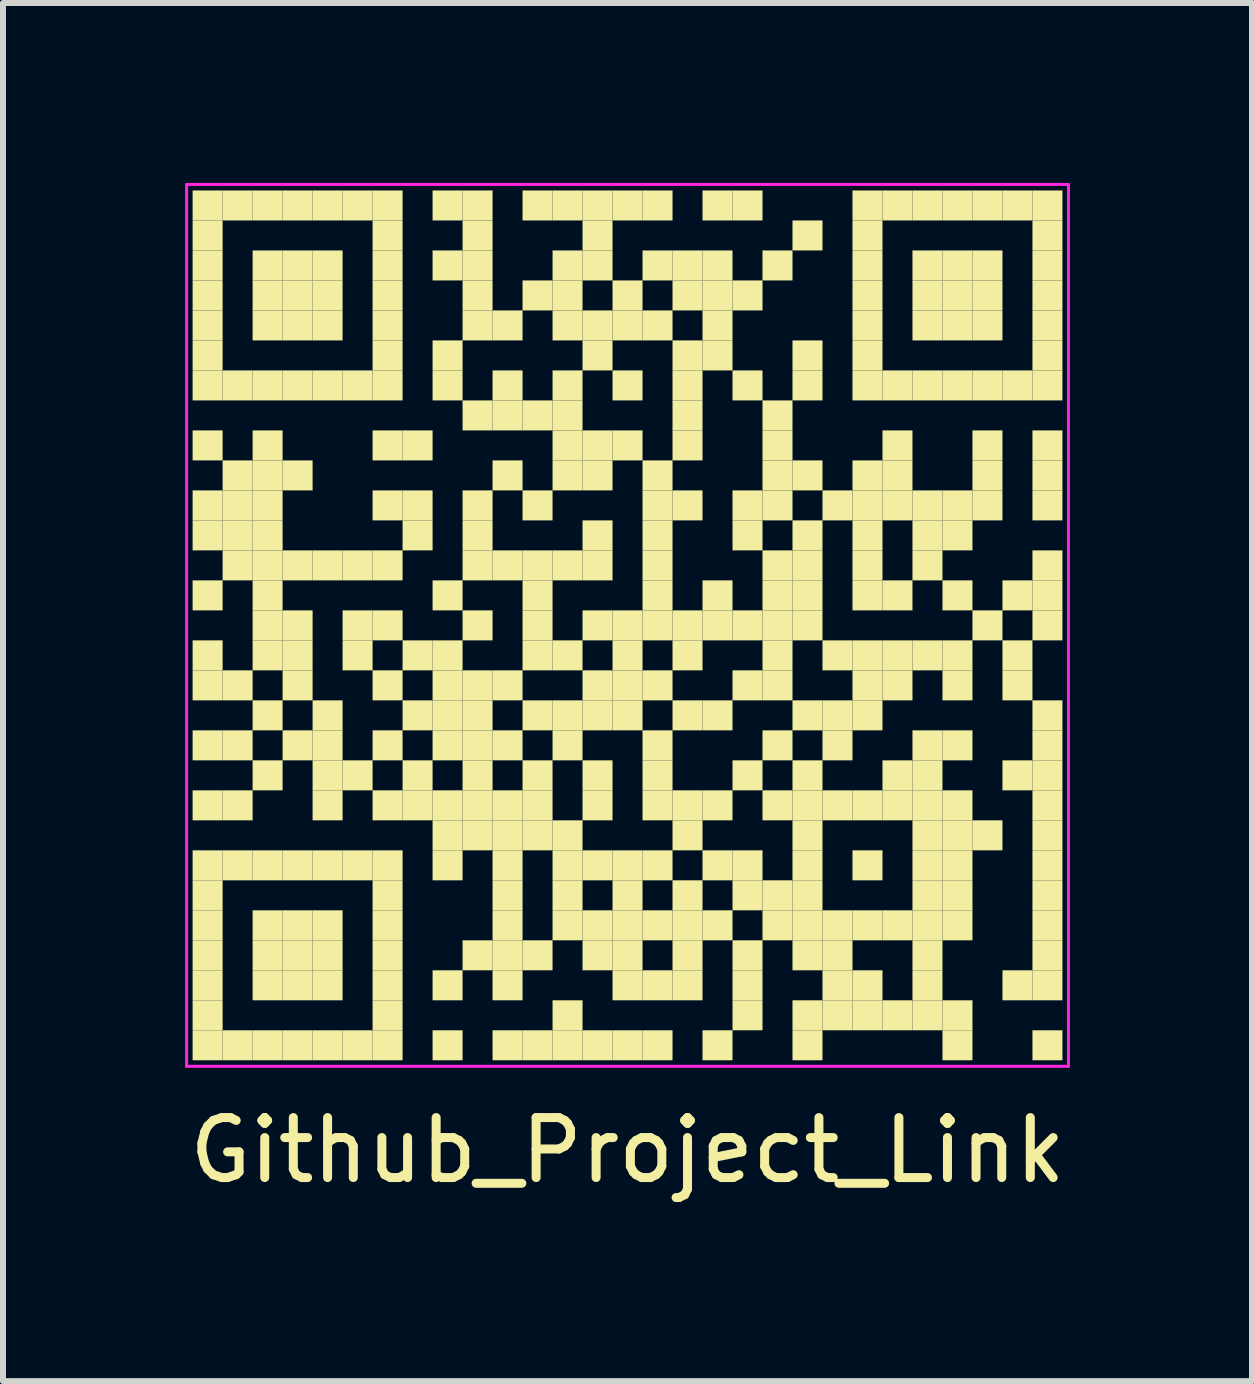
<source format=kicad_pcb>
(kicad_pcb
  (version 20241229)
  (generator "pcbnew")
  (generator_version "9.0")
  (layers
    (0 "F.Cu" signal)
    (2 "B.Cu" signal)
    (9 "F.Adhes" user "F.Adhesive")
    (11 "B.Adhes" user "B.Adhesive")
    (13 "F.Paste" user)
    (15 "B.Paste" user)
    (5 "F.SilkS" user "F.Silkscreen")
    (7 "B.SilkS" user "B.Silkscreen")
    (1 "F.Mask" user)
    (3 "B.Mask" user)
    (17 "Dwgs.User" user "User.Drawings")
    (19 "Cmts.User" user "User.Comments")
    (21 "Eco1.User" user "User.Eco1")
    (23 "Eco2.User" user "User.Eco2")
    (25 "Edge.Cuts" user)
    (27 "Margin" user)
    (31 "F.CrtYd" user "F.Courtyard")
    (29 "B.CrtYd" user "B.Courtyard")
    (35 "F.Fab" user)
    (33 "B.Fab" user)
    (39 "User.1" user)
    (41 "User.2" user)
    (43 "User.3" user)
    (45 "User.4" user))
  (footprint "Github_Project_Link"
    (layer "F.Cu")
    (at 7.411 7.375)
    (property "Reference" "Github_Project_Link" (at 0 8.75 0) (layer "F.SilkS") (effects (font (size 1 1) (thickness 0.15))))
    (fp_rect (start -7.25 -7.25) (end -6.75 -6.75) (stroke (width 0) (type default)) (fill yes) (layer "F.SilkS"))
    (fp_rect (start -7.25 -6.75) (end -6.75 -6.25) (stroke (width 0) (type default)) (fill yes) (layer "F.SilkS"))
    (fp_rect (start -7.25 -6.25) (end -6.75 -5.75) (stroke (width 0) (type default)) (fill yes) (layer "F.SilkS"))
    (fp_rect (start -7.25 -5.75) (end -6.75 -5.25) (stroke (width 0) (type default)) (fill yes) (layer "F.SilkS"))
    (fp_rect (start -7.25 -5.25) (end -6.75 -4.75) (stroke (width 0) (type default)) (fill yes) (layer "F.SilkS"))
    (fp_rect (start -7.25 -4.75) (end -6.75 -4.25) (stroke (width 0) (type default)) (fill yes) (layer "F.SilkS"))
    (fp_rect (start -7.25 -4.25) (end -6.75 -3.75) (stroke (width 0) (type default)) (fill yes) (layer "F.SilkS"))
    (fp_rect (start -7.25 -3.25) (end -6.75 -2.75) (stroke (width 0) (type default)) (fill yes) (layer "F.SilkS"))
    (fp_rect (start -7.25 -2.25) (end -6.75 -1.75) (stroke (width 0) (type default)) (fill yes) (layer "F.SilkS"))
    (fp_rect (start -7.25 -1.75) (end -6.75 -1.25) (stroke (width 0) (type default)) (fill yes) (layer "F.SilkS"))
    (fp_rect (start -7.25 -0.75) (end -6.75 -0.25) (stroke (width 0) (type default)) (fill yes) (layer "F.SilkS"))
    (fp_rect (start -7.25 0.25) (end -6.75 0.75) (stroke (width 0) (type default)) (fill yes) (layer "F.SilkS"))
    (fp_rect (start -7.25 0.75) (end -6.75 1.25) (stroke (width 0) (type default)) (fill yes) (layer "F.SilkS"))
    (fp_rect (start -7.25 1.75) (end -6.75 2.25) (stroke (width 0) (type default)) (fill yes) (layer "F.SilkS"))
    (fp_rect (start -7.25 2.75) (end -6.75 3.25) (stroke (width 0) (type default)) (fill yes) (layer "F.SilkS"))
    (fp_rect (start -7.25 3.75) (end -6.75 4.25) (stroke (width 0) (type default)) (fill yes) (layer "F.SilkS"))
    (fp_rect (start -7.25 4.25) (end -6.75 4.75) (stroke (width 0) (type default)) (fill yes) (layer "F.SilkS"))
    (fp_rect (start -7.25 4.75) (end -6.75 5.25) (stroke (width 0) (type default)) (fill yes) (layer "F.SilkS"))
    (fp_rect (start -7.25 5.25) (end -6.75 5.75) (stroke (width 0) (type default)) (fill yes) (layer "F.SilkS"))
    (fp_rect (start -7.25 5.75) (end -6.75 6.25) (stroke (width 0) (type default)) (fill yes) (layer "F.SilkS"))
    (fp_rect (start -7.25 6.25) (end -6.75 6.75) (stroke (width 0) (type default)) (fill yes) (layer "F.SilkS"))
    (fp_rect (start -7.25 6.75) (end -6.75 7.25) (stroke (width 0) (type default)) (fill yes) (layer "F.SilkS"))
    (fp_rect (start -6.75 -7.25) (end -6.25 -6.75) (stroke (width 0) (type default)) (fill yes) (layer "F.SilkS"))
    (fp_rect (start -6.75 -4.25) (end -6.25 -3.75) (stroke (width 0) (type default)) (fill yes) (layer "F.SilkS"))
    (fp_rect (start -6.75 -2.75) (end -6.25 -2.25) (stroke (width 0) (type default)) (fill yes) (layer "F.SilkS"))
    (fp_rect (start -6.75 -2.25) (end -6.25 -1.75) (stroke (width 0) (type default)) (fill yes) (layer "F.SilkS"))
    (fp_rect (start -6.75 -1.75) (end -6.25 -1.25) (stroke (width 0) (type default)) (fill yes) (layer "F.SilkS"))
    (fp_rect (start -6.75 -1.25) (end -6.25 -0.75) (stroke (width 0) (type default)) (fill yes) (layer "F.SilkS"))
    (fp_rect (start -6.75 0.75) (end -6.25 1.25) (stroke (width 0) (type default)) (fill yes) (layer "F.SilkS"))
    (fp_rect (start -6.75 1.75) (end -6.25 2.25) (stroke (width 0) (type default)) (fill yes) (layer "F.SilkS"))
    (fp_rect (start -6.75 2.75) (end -6.25 3.25) (stroke (width 0) (type default)) (fill yes) (layer "F.SilkS"))
    (fp_rect (start -6.75 3.75) (end -6.25 4.25) (stroke (width 0) (type default)) (fill yes) (layer "F.SilkS"))
    (fp_rect (start -6.75 6.75) (end -6.25 7.25) (stroke (width 0) (type default)) (fill yes) (layer "F.SilkS"))
    (fp_rect (start -6.25 -7.25) (end -5.75 -6.75) (stroke (width 0) (type default)) (fill yes) (layer "F.SilkS"))
    (fp_rect (start -6.25 -6.25) (end -5.75 -5.75) (stroke (width 0) (type default)) (fill yes) (layer "F.SilkS"))
    (fp_rect (start -6.25 -5.75) (end -5.75 -5.25) (stroke (width 0) (type default)) (fill yes) (layer "F.SilkS"))
    (fp_rect (start -6.25 -5.25) (end -5.75 -4.75) (stroke (width 0) (type default)) (fill yes) (layer "F.SilkS"))
    (fp_rect (start -6.25 -4.25) (end -5.75 -3.75) (stroke (width 0) (type default)) (fill yes) (layer "F.SilkS"))
    (fp_rect (start -6.25 -3.25) (end -5.75 -2.75) (stroke (width 0) (type default)) (fill yes) (layer "F.SilkS"))
    (fp_rect (start -6.25 -2.75) (end -5.75 -2.25) (stroke (width 0) (type default)) (fill yes) (layer "F.SilkS"))
    (fp_rect (start -6.25 -2.25) (end -5.75 -1.75) (stroke (width 0) (type default)) (fill yes) (layer "F.SilkS"))
    (fp_rect (start -6.25 -1.75) (end -5.75 -1.25) (stroke (width 0) (type default)) (fill yes) (layer "F.SilkS"))
    (fp_rect (start -6.25 -1.25) (end -5.75 -0.75) (stroke (width 0) (type default)) (fill yes) (layer "F.SilkS"))
    (fp_rect (start -6.25 -0.75) (end -5.75 -0.25) (stroke (width 0) (type default)) (fill yes) (layer "F.SilkS"))
    (fp_rect (start -6.25 -0.25) (end -5.75 0.25) (stroke (width 0) (type default)) (fill yes) (layer "F.SilkS"))
    (fp_rect (start -6.25 0.25) (end -5.75 0.75) (stroke (width 0) (type default)) (fill yes) (layer "F.SilkS"))
    (fp_rect (start -6.25 1.25) (end -5.75 1.75) (stroke (width 0) (type default)) (fill yes) (layer "F.SilkS"))
    (fp_rect (start -6.25 2.25) (end -5.75 2.75) (stroke (width 0) (type default)) (fill yes) (layer "F.SilkS"))
    (fp_rect (start -6.25 3.75) (end -5.75 4.25) (stroke (width 0) (type default)) (fill yes) (layer "F.SilkS"))
    (fp_rect (start -6.25 4.75) (end -5.75 5.25) (stroke (width 0) (type default)) (fill yes) (layer "F.SilkS"))
    (fp_rect (start -6.25 5.25) (end -5.75 5.75) (stroke (width 0) (type default)) (fill yes) (layer "F.SilkS"))
    (fp_rect (start -6.25 5.75) (end -5.75 6.25) (stroke (width 0) (type default)) (fill yes) (layer "F.SilkS"))
    (fp_rect (start -6.25 6.75) (end -5.75 7.25) (stroke (width 0) (type default)) (fill yes) (layer "F.SilkS"))
    (fp_rect (start -5.75 -7.25) (end -5.25 -6.75) (stroke (width 0) (type default)) (fill yes) (layer "F.SilkS"))
    (fp_rect (start -5.75 -6.25) (end -5.25 -5.75) (stroke (width 0) (type default)) (fill yes) (layer "F.SilkS"))
    (fp_rect (start -5.75 -5.75) (end -5.25 -5.25) (stroke (width 0) (type default)) (fill yes) (layer "F.SilkS"))
    (fp_rect (start -5.75 -5.25) (end -5.25 -4.75) (stroke (width 0) (type default)) (fill yes) (layer "F.SilkS"))
    (fp_rect (start -5.75 -4.25) (end -5.25 -3.75) (stroke (width 0) (type default)) (fill yes) (layer "F.SilkS"))
    (fp_rect (start -5.75 -2.75) (end -5.25 -2.25) (stroke (width 0) (type default)) (fill yes) (layer "F.SilkS"))
    (fp_rect (start -5.75 -1.25) (end -5.25 -0.75) (stroke (width 0) (type default)) (fill yes) (layer "F.SilkS"))
    (fp_rect (start -5.75 -0.25) (end -5.25 0.25) (stroke (width 0) (type default)) (fill yes) (layer "F.SilkS"))
    (fp_rect (start -5.75 0.25) (end -5.25 0.75) (stroke (width 0) (type default)) (fill yes) (layer "F.SilkS"))
    (fp_rect (start -5.75 0.75) (end -5.25 1.25) (stroke (width 0) (type default)) (fill yes) (layer "F.SilkS"))
    (fp_rect (start -5.75 1.75) (end -5.25 2.25) (stroke (width 0) (type default)) (fill yes) (layer "F.SilkS"))
    (fp_rect (start -5.75 3.75) (end -5.25 4.25) (stroke (width 0) (type default)) (fill yes) (layer "F.SilkS"))
    (fp_rect (start -5.75 4.75) (end -5.25 5.25) (stroke (width 0) (type default)) (fill yes) (layer "F.SilkS"))
    (fp_rect (start -5.75 5.25) (end -5.25 5.75) (stroke (width 0) (type default)) (fill yes) (layer "F.SilkS"))
    (fp_rect (start -5.75 5.75) (end -5.25 6.25) (stroke (width 0) (type default)) (fill yes) (layer "F.SilkS"))
    (fp_rect (start -5.75 6.75) (end -5.25 7.25) (stroke (width 0) (type default)) (fill yes) (layer "F.SilkS"))
    (fp_rect (start -5.25 -7.25) (end -4.75 -6.75) (stroke (width 0) (type default)) (fill yes) (layer "F.SilkS"))
    (fp_rect (start -5.25 -6.25) (end -4.75 -5.75) (stroke (width 0) (type default)) (fill yes) (layer "F.SilkS"))
    (fp_rect (start -5.25 -5.75) (end -4.75 -5.25) (stroke (width 0) (type default)) (fill yes) (layer "F.SilkS"))
    (fp_rect (start -5.25 -5.25) (end -4.75 -4.75) (stroke (width 0) (type default)) (fill yes) (layer "F.SilkS"))
    (fp_rect (start -5.25 -4.25) (end -4.75 -3.75) (stroke (width 0) (type default)) (fill yes) (layer "F.SilkS"))
    (fp_rect (start -5.25 -1.25) (end -4.75 -0.75) (stroke (width 0) (type default)) (fill yes) (layer "F.SilkS"))
    (fp_rect (start -5.25 1.25) (end -4.75 1.75) (stroke (width 0) (type default)) (fill yes) (layer "F.SilkS"))
    (fp_rect (start -5.25 1.75) (end -4.75 2.25) (stroke (width 0) (type default)) (fill yes) (layer "F.SilkS"))
    (fp_rect (start -5.25 2.25) (end -4.75 2.75) (stroke (width 0) (type default)) (fill yes) (layer "F.SilkS"))
    (fp_rect (start -5.25 2.75) (end -4.75 3.25) (stroke (width 0) (type default)) (fill yes) (layer "F.SilkS"))
    (fp_rect (start -5.25 3.75) (end -4.75 4.25) (stroke (width 0) (type default)) (fill yes) (layer "F.SilkS"))
    (fp_rect (start -5.25 4.75) (end -4.75 5.25) (stroke (width 0) (type default)) (fill yes) (layer "F.SilkS"))
    (fp_rect (start -5.25 5.25) (end -4.75 5.75) (stroke (width 0) (type default)) (fill yes) (layer "F.SilkS"))
    (fp_rect (start -5.25 5.75) (end -4.75 6.25) (stroke (width 0) (type default)) (fill yes) (layer "F.SilkS"))
    (fp_rect (start -5.25 6.75) (end -4.75 7.25) (stroke (width 0) (type default)) (fill yes) (layer "F.SilkS"))
    (fp_rect (start -4.75 -7.25) (end -4.25 -6.75) (stroke (width 0) (type default)) (fill yes) (layer "F.SilkS"))
    (fp_rect (start -4.75 -4.25) (end -4.25 -3.75) (stroke (width 0) (type default)) (fill yes) (layer "F.SilkS"))
    (fp_rect (start -4.75 -1.25) (end -4.25 -0.75) (stroke (width 0) (type default)) (fill yes) (layer "F.SilkS"))
    (fp_rect (start -4.75 -0.25) (end -4.25 0.25) (stroke (width 0) (type default)) (fill yes) (layer "F.SilkS"))
    (fp_rect (start -4.75 0.25) (end -4.25 0.75) (stroke (width 0) (type default)) (fill yes) (layer "F.SilkS"))
    (fp_rect (start -4.75 2.25) (end -4.25 2.75) (stroke (width 0) (type default)) (fill yes) (layer "F.SilkS"))
    (fp_rect (start -4.75 3.75) (end -4.25 4.25) (stroke (width 0) (type default)) (fill yes) (layer "F.SilkS"))
    (fp_rect (start -4.75 6.75) (end -4.25 7.25) (stroke (width 0) (type default)) (fill yes) (layer "F.SilkS"))
    (fp_rect (start -4.25 -7.25) (end -3.75 -6.75) (stroke (width 0) (type default)) (fill yes) (layer "F.SilkS"))
    (fp_rect (start -4.25 -6.75) (end -3.75 -6.25) (stroke (width 0) (type default)) (fill yes) (layer "F.SilkS"))
    (fp_rect (start -4.25 -6.25) (end -3.75 -5.75) (stroke (width 0) (type default)) (fill yes) (layer "F.SilkS"))
    (fp_rect (start -4.25 -5.75) (end -3.75 -5.25) (stroke (width 0) (type default)) (fill yes) (layer "F.SilkS"))
    (fp_rect (start -4.25 -5.25) (end -3.75 -4.75) (stroke (width 0) (type default)) (fill yes) (layer "F.SilkS"))
    (fp_rect (start -4.25 -4.75) (end -3.75 -4.25) (stroke (width 0) (type default)) (fill yes) (layer "F.SilkS"))
    (fp_rect (start -4.25 -4.25) (end -3.75 -3.75) (stroke (width 0) (type default)) (fill yes) (layer "F.SilkS"))
    (fp_rect (start -4.25 -3.25) (end -3.75 -2.75) (stroke (width 0) (type default)) (fill yes) (layer "F.SilkS"))
    (fp_rect (start -4.25 -2.25) (end -3.75 -1.75) (stroke (width 0) (type default)) (fill yes) (layer "F.SilkS"))
    (fp_rect (start -4.25 -1.25) (end -3.75 -0.75) (stroke (width 0) (type default)) (fill yes) (layer "F.SilkS"))
    (fp_rect (start -4.25 -0.25) (end -3.75 0.25) (stroke (width 0) (type default)) (fill yes) (layer "F.SilkS"))
    (fp_rect (start -4.25 0.75) (end -3.75 1.25) (stroke (width 0) (type default)) (fill yes) (layer "F.SilkS"))
    (fp_rect (start -4.25 1.75) (end -3.75 2.25) (stroke (width 0) (type default)) (fill yes) (layer "F.SilkS"))
    (fp_rect (start -4.25 2.75) (end -3.75 3.25) (stroke (width 0) (type default)) (fill yes) (layer "F.SilkS"))
    (fp_rect (start -4.25 3.75) (end -3.75 4.25) (stroke (width 0) (type default)) (fill yes) (layer "F.SilkS"))
    (fp_rect (start -4.25 4.25) (end -3.75 4.75) (stroke (width 0) (type default)) (fill yes) (layer "F.SilkS"))
    (fp_rect (start -4.25 4.75) (end -3.75 5.25) (stroke (width 0) (type default)) (fill yes) (layer "F.SilkS"))
    (fp_rect (start -4.25 5.25) (end -3.75 5.75) (stroke (width 0) (type default)) (fill yes) (layer "F.SilkS"))
    (fp_rect (start -4.25 5.75) (end -3.75 6.25) (stroke (width 0) (type default)) (fill yes) (layer "F.SilkS"))
    (fp_rect (start -4.25 6.25) (end -3.75 6.75) (stroke (width 0) (type default)) (fill yes) (layer "F.SilkS"))
    (fp_rect (start -4.25 6.75) (end -3.75 7.25) (stroke (width 0) (type default)) (fill yes) (layer "F.SilkS"))
    (fp_rect (start -3.75 -3.25) (end -3.25 -2.75) (stroke (width 0) (type default)) (fill yes) (layer "F.SilkS"))
    (fp_rect (start -3.75 -2.25) (end -3.25 -1.75) (stroke (width 0) (type default)) (fill yes) (layer "F.SilkS"))
    (fp_rect (start -3.75 -1.75) (end -3.25 -1.25) (stroke (width 0) (type default)) (fill yes) (layer "F.SilkS"))
    (fp_rect (start -3.75 0.25) (end -3.25 0.75) (stroke (width 0) (type default)) (fill yes) (layer "F.SilkS"))
    (fp_rect (start -3.75 1.25) (end -3.25 1.75) (stroke (width 0) (type default)) (fill yes) (layer "F.SilkS"))
    (fp_rect (start -3.75 2.25) (end -3.25 2.75) (stroke (width 0) (type default)) (fill yes) (layer "F.SilkS"))
    (fp_rect (start -3.75 2.75) (end -3.25 3.25) (stroke (width 0) (type default)) (fill yes) (layer "F.SilkS"))
    (fp_rect (start -3.25 -7.25) (end -2.75 -6.75) (stroke (width 0) (type default)) (fill yes) (layer "F.SilkS"))
    (fp_rect (start -3.25 -6.25) (end -2.75 -5.75) (stroke (width 0) (type default)) (fill yes) (layer "F.SilkS"))
    (fp_rect (start -3.25 -4.75) (end -2.75 -4.25) (stroke (width 0) (type default)) (fill yes) (layer "F.SilkS"))
    (fp_rect (start -3.25 -4.25) (end -2.75 -3.75) (stroke (width 0) (type default)) (fill yes) (layer "F.SilkS"))
    (fp_rect (start -3.25 -0.75) (end -2.75 -0.25) (stroke (width 0) (type default)) (fill yes) (layer "F.SilkS"))
    (fp_rect (start -3.25 0.25) (end -2.75 0.75) (stroke (width 0) (type default)) (fill yes) (layer "F.SilkS"))
    (fp_rect (start -3.25 0.75) (end -2.75 1.25) (stroke (width 0) (type default)) (fill yes) (layer "F.SilkS"))
    (fp_rect (start -3.25 1.25) (end -2.75 1.75) (stroke (width 0) (type default)) (fill yes) (layer "F.SilkS"))
    (fp_rect (start -3.25 1.75) (end -2.75 2.25) (stroke (width 0) (type default)) (fill yes) (layer "F.SilkS"))
    (fp_rect (start -3.25 2.75) (end -2.75 3.25) (stroke (width 0) (type default)) (fill yes) (layer "F.SilkS"))
    (fp_rect (start -3.25 3.25) (end -2.75 3.75) (stroke (width 0) (type default)) (fill yes) (layer "F.SilkS"))
    (fp_rect (start -3.25 3.75) (end -2.75 4.25) (stroke (width 0) (type default)) (fill yes) (layer "F.SilkS"))
    (fp_rect (start -3.25 5.75) (end -2.75 6.25) (stroke (width 0) (type default)) (fill yes) (layer "F.SilkS"))
    (fp_rect (start -3.25 6.75) (end -2.75 7.25) (stroke (width 0) (type default)) (fill yes) (layer "F.SilkS"))
    (fp_rect (start -2.75 -7.25) (end -2.25 -6.75) (stroke (width 0) (type default)) (fill yes) (layer "F.SilkS"))
    (fp_rect (start -2.75 -6.75) (end -2.25 -6.25) (stroke (width 0) (type default)) (fill yes) (layer "F.SilkS"))
    (fp_rect (start -2.75 -6.25) (end -2.25 -5.75) (stroke (width 0) (type default)) (fill yes) (layer "F.SilkS"))
    (fp_rect (start -2.75 -5.75) (end -2.25 -5.25) (stroke (width 0) (type default)) (fill yes) (layer "F.SilkS"))
    (fp_rect (start -2.75 -5.25) (end -2.25 -4.75) (stroke (width 0) (type default)) (fill yes) (layer "F.SilkS"))
    (fp_rect (start -2.75 -3.75) (end -2.25 -3.25) (stroke (width 0) (type default)) (fill yes) (layer "F.SilkS"))
    (fp_rect (start -2.75 -2.25) (end -2.25 -1.75) (stroke (width 0) (type default)) (fill yes) (layer "F.SilkS"))
    (fp_rect (start -2.75 -1.75) (end -2.25 -1.25) (stroke (width 0) (type default)) (fill yes) (layer "F.SilkS"))
    (fp_rect (start -2.75 -1.25) (end -2.25 -0.75) (stroke (width 0) (type default)) (fill yes) (layer "F.SilkS"))
    (fp_rect (start -2.75 -0.25) (end -2.25 0.25) (stroke (width 0) (type default)) (fill yes) (layer "F.SilkS"))
    (fp_rect (start -2.75 0.75) (end -2.25 1.25) (stroke (width 0) (type default)) (fill yes) (layer "F.SilkS"))
    (fp_rect (start -2.75 1.25) (end -2.25 1.75) (stroke (width 0) (type default)) (fill yes) (layer "F.SilkS"))
    (fp_rect (start -2.75 1.75) (end -2.25 2.25) (stroke (width 0) (type default)) (fill yes) (layer "F.SilkS"))
    (fp_rect (start -2.75 2.25) (end -2.25 2.75) (stroke (width 0) (type default)) (fill yes) (layer "F.SilkS"))
    (fp_rect (start -2.75 2.75) (end -2.25 3.25) (stroke (width 0) (type default)) (fill yes) (layer "F.SilkS"))
    (fp_rect (start -2.75 3.25) (end -2.25 3.75) (stroke (width 0) (type default)) (fill yes) (layer "F.SilkS"))
    (fp_rect (start -2.75 5.25) (end -2.25 5.75) (stroke (width 0) (type default)) (fill yes) (layer "F.SilkS"))
    (fp_rect (start -2.25 -5.25) (end -1.75 -4.75) (stroke (width 0) (type default)) (fill yes) (layer "F.SilkS"))
    (fp_rect (start -2.25 -4.25) (end -1.75 -3.75) (stroke (width 0) (type default)) (fill yes) (layer "F.SilkS"))
    (fp_rect (start -2.25 -3.75) (end -1.75 -3.25) (stroke (width 0) (type default)) (fill yes) (layer "F.SilkS"))
    (fp_rect (start -2.25 -2.75) (end -1.75 -2.25) (stroke (width 0) (type default)) (fill yes) (layer "F.SilkS"))
    (fp_rect (start -2.25 -1.25) (end -1.75 -0.75) (stroke (width 0) (type default)) (fill yes) (layer "F.SilkS"))
    (fp_rect (start -2.25 0.75) (end -1.75 1.25) (stroke (width 0) (type default)) (fill yes) (layer "F.SilkS"))
    (fp_rect (start -2.25 1.75) (end -1.75 2.25) (stroke (width 0) (type default)) (fill yes) (layer "F.SilkS"))
    (fp_rect (start -2.25 2.75) (end -1.75 3.25) (stroke (width 0) (type default)) (fill yes) (layer "F.SilkS"))
    (fp_rect (start -2.25 3.25) (end -1.75 3.75) (stroke (width 0) (type default)) (fill yes) (layer "F.SilkS"))
    (fp_rect (start -2.25 3.75) (end -1.75 4.25) (stroke (width 0) (type default)) (fill yes) (layer "F.SilkS"))
    (fp_rect (start -2.25 4.25) (end -1.75 4.75) (stroke (width 0) (type default)) (fill yes) (layer "F.SilkS"))
    (fp_rect (start -2.25 4.75) (end -1.75 5.25) (stroke (width 0) (type default)) (fill yes) (layer "F.SilkS"))
    (fp_rect (start -2.25 5.25) (end -1.75 5.75) (stroke (width 0) (type default)) (fill yes) (layer "F.SilkS"))
    (fp_rect (start -2.25 5.75) (end -1.75 6.25) (stroke (width 0) (type default)) (fill yes) (layer "F.SilkS"))
    (fp_rect (start -2.25 6.75) (end -1.75 7.25) (stroke (width 0) (type default)) (fill yes) (layer "F.SilkS"))
    (fp_rect (start -1.75 -7.25) (end -1.25 -6.75) (stroke (width 0) (type default)) (fill yes) (layer "F.SilkS"))
    (fp_rect (start -1.75 -5.75) (end -1.25 -5.25) (stroke (width 0) (type default)) (fill yes) (layer "F.SilkS"))
    (fp_rect (start -1.75 -3.75) (end -1.25 -3.25) (stroke (width 0) (type default)) (fill yes) (layer "F.SilkS"))
    (fp_rect (start -1.75 -2.25) (end -1.25 -1.75) (stroke (width 0) (type default)) (fill yes) (layer "F.SilkS"))
    (fp_rect (start -1.75 -1.25) (end -1.25 -0.75) (stroke (width 0) (type default)) (fill yes) (layer "F.SilkS"))
    (fp_rect (start -1.75 -0.75) (end -1.25 -0.25) (stroke (width 0) (type default)) (fill yes) (layer "F.SilkS"))
    (fp_rect (start -1.75 -0.25) (end -1.25 0.25) (stroke (width 0) (type default)) (fill yes) (layer "F.SilkS"))
    (fp_rect (start -1.75 0.25) (end -1.25 0.75) (stroke (width 0) (type default)) (fill yes) (layer "F.SilkS"))
    (fp_rect (start -1.75 1.25) (end -1.25 1.75) (stroke (width 0) (type default)) (fill yes) (layer "F.SilkS"))
    (fp_rect (start -1.75 2.25) (end -1.25 2.75) (stroke (width 0) (type default)) (fill yes) (layer "F.SilkS"))
    (fp_rect (start -1.75 2.75) (end -1.25 3.25) (stroke (width 0) (type default)) (fill yes) (layer "F.SilkS"))
    (fp_rect (start -1.75 3.25) (end -1.25 3.75) (stroke (width 0) (type default)) (fill yes) (layer "F.SilkS"))
    (fp_rect (start -1.75 5.25) (end -1.25 5.75) (stroke (width 0) (type default)) (fill yes) (layer "F.SilkS"))
    (fp_rect (start -1.75 6.75) (end -1.25 7.25) (stroke (width 0) (type default)) (fill yes) (layer "F.SilkS"))
    (fp_rect (start -1.25 -7.25) (end -0.75 -6.75) (stroke (width 0) (type default)) (fill yes) (layer "F.SilkS"))
    (fp_rect (start -1.25 -6.25) (end -0.75 -5.75) (stroke (width 0) (type default)) (fill yes) (layer "F.SilkS"))
    (fp_rect (start -1.25 -5.75) (end -0.75 -5.25) (stroke (width 0) (type default)) (fill yes) (layer "F.SilkS"))
    (fp_rect (start -1.25 -5.25) (end -0.75 -4.75) (stroke (width 0) (type default)) (fill yes) (layer "F.SilkS"))
    (fp_rect (start -1.25 -4.25) (end -0.75 -3.75) (stroke (width 0) (type default)) (fill yes) (layer "F.SilkS"))
    (fp_rect (start -1.25 -3.75) (end -0.75 -3.25) (stroke (width 0) (type default)) (fill yes) (layer "F.SilkS"))
    (fp_rect (start -1.25 -3.25) (end -0.75 -2.75) (stroke (width 0) (type default)) (fill yes) (layer "F.SilkS"))
    (fp_rect (start -1.25 -2.75) (end -0.75 -2.25) (stroke (width 0) (type default)) (fill yes) (layer "F.SilkS"))
    (fp_rect (start -1.25 -1.25) (end -0.75 -0.75) (stroke (width 0) (type default)) (fill yes) (layer "F.SilkS"))
    (fp_rect (start -1.25 0.25) (end -0.75 0.75) (stroke (width 0) (type default)) (fill yes) (layer "F.SilkS"))
    (fp_rect (start -1.25 1.25) (end -0.75 1.75) (stroke (width 0) (type default)) (fill yes) (layer "F.SilkS"))
    (fp_rect (start -1.25 1.75) (end -0.75 2.25) (stroke (width 0) (type default)) (fill yes) (layer "F.SilkS"))
    (fp_rect (start -1.25 3.25) (end -0.75 3.75) (stroke (width 0) (type default)) (fill yes) (layer "F.SilkS"))
    (fp_rect (start -1.25 3.75) (end -0.75 4.25) (stroke (width 0) (type default)) (fill yes) (layer "F.SilkS"))
    (fp_rect (start -1.25 4.25) (end -0.75 4.75) (stroke (width 0) (type default)) (fill yes) (layer "F.SilkS"))
    (fp_rect (start -1.25 4.75) (end -0.75 5.25) (stroke (width 0) (type default)) (fill yes) (layer "F.SilkS"))
    (fp_rect (start -1.25 6.25) (end -0.75 6.75) (stroke (width 0) (type default)) (fill yes) (layer "F.SilkS"))
    (fp_rect (start -1.25 6.75) (end -0.75 7.25) (stroke (width 0) (type default)) (fill yes) (layer "F.SilkS"))
    (fp_rect (start -0.75 -7.25) (end -0.25 -6.75) (stroke (width 0) (type default)) (fill yes) (layer "F.SilkS"))
    (fp_rect (start -0.75 -6.75) (end -0.25 -6.25) (stroke (width 0) (type default)) (fill yes) (layer "F.SilkS"))
    (fp_rect (start -0.75 -6.25) (end -0.25 -5.75) (stroke (width 0) (type default)) (fill yes) (layer "F.SilkS"))
    (fp_rect (start -0.75 -5.25) (end -0.25 -4.75) (stroke (width 0) (type default)) (fill yes) (layer "F.SilkS"))
    (fp_rect (start -0.75 -4.75) (end -0.25 -4.25) (stroke (width 0) (type default)) (fill yes) (layer "F.SilkS"))
    (fp_rect (start -0.75 -3.25) (end -0.25 -2.75) (stroke (width 0) (type default)) (fill yes) (layer "F.SilkS"))
    (fp_rect (start -0.75 -2.75) (end -0.25 -2.25) (stroke (width 0) (type default)) (fill yes) (layer "F.SilkS"))
    (fp_rect (start -0.75 -1.75) (end -0.25 -1.25) (stroke (width 0) (type default)) (fill yes) (layer "F.SilkS"))
    (fp_rect (start -0.75 -1.25) (end -0.25 -0.75) (stroke (width 0) (type default)) (fill yes) (layer "F.SilkS"))
    (fp_rect (start -0.75 -0.25) (end -0.25 0.25) (stroke (width 0) (type default)) (fill yes) (layer "F.SilkS"))
    (fp_rect (start -0.75 0.75) (end -0.25 1.25) (stroke (width 0) (type default)) (fill yes) (layer "F.SilkS"))
    (fp_rect (start -0.75 1.25) (end -0.25 1.75) (stroke (width 0) (type default)) (fill yes) (layer "F.SilkS"))
    (fp_rect (start -0.75 2.25) (end -0.25 2.75) (stroke (width 0) (type default)) (fill yes) (layer "F.SilkS"))
    (fp_rect (start -0.75 2.75) (end -0.25 3.25) (stroke (width 0) (type default)) (fill yes) (layer "F.SilkS"))
    (fp_rect (start -0.75 3.75) (end -0.25 4.25) (stroke (width 0) (type default)) (fill yes) (layer "F.SilkS"))
    (fp_rect (start -0.75 4.75) (end -0.25 5.25) (stroke (width 0) (type default)) (fill yes) (layer "F.SilkS"))
    (fp_rect (start -0.75 5.25) (end -0.25 5.75) (stroke (width 0) (type default)) (fill yes) (layer "F.SilkS"))
    (fp_rect (start -0.75 6.75) (end -0.25 7.25) (stroke (width 0) (type default)) (fill yes) (layer "F.SilkS"))
    (fp_rect (start -0.25 -7.25) (end 0.25 -6.75) (stroke (width 0) (type default)) (fill yes) (layer "F.SilkS"))
    (fp_rect (start -0.25 -5.75) (end 0.25 -5.25) (stroke (width 0) (type default)) (fill yes) (layer "F.SilkS"))
    (fp_rect (start -0.25 -5.25) (end 0.25 -4.75) (stroke (width 0) (type default)) (fill yes) (layer "F.SilkS"))
    (fp_rect (start -0.25 -4.25) (end 0.25 -3.75) (stroke (width 0) (type default)) (fill yes) (layer "F.SilkS"))
    (fp_rect (start -0.25 -3.25) (end 0.25 -2.75) (stroke (width 0) (type default)) (fill yes) (layer "F.SilkS"))
    (fp_rect (start -0.25 -0.25) (end 0.25 0.25) (stroke (width 0) (type default)) (fill yes) (layer "F.SilkS"))
    (fp_rect (start -0.25 0.25) (end 0.25 0.75) (stroke (width 0) (type default)) (fill yes) (layer "F.SilkS"))
    (fp_rect (start -0.25 0.75) (end 0.25 1.25) (stroke (width 0) (type default)) (fill yes) (layer "F.SilkS"))
    (fp_rect (start -0.25 1.25) (end 0.25 1.75) (stroke (width 0) (type default)) (fill yes) (layer "F.SilkS"))
    (fp_rect (start -0.25 3.75) (end 0.25 4.25) (stroke (width 0) (type default)) (fill yes) (layer "F.SilkS"))
    (fp_rect (start -0.25 4.25) (end 0.25 4.75) (stroke (width 0) (type default)) (fill yes) (layer "F.SilkS"))
    (fp_rect (start -0.25 4.75) (end 0.25 5.25) (stroke (width 0) (type default)) (fill yes) (layer "F.SilkS"))
    (fp_rect (start -0.25 5.25) (end 0.25 5.75) (stroke (width 0) (type default)) (fill yes) (layer "F.SilkS"))
    (fp_rect (start -0.25 5.75) (end 0.25 6.25) (stroke (width 0) (type default)) (fill yes) (layer "F.SilkS"))
    (fp_rect (start -0.25 6.75) (end 0.25 7.25) (stroke (width 0) (type default)) (fill yes) (layer "F.SilkS"))
    (fp_rect (start 0.25 -7.25) (end 0.75 -6.75) (stroke (width 0) (type default)) (fill yes) (layer "F.SilkS"))
    (fp_rect (start 0.25 -6.25) (end 0.75 -5.75) (stroke (width 0) (type default)) (fill yes) (layer "F.SilkS"))
    (fp_rect (start 0.25 -5.25) (end 0.75 -4.75) (stroke (width 0) (type default)) (fill yes) (layer "F.SilkS"))
    (fp_rect (start 0.25 -2.75) (end 0.75 -2.25) (stroke (width 0) (type default)) (fill yes) (layer "F.SilkS"))
    (fp_rect (start 0.25 -2.25) (end 0.75 -1.75) (stroke (width 0) (type default)) (fill yes) (layer "F.SilkS"))
    (fp_rect (start 0.25 -1.75) (end 0.75 -1.25) (stroke (width 0) (type default)) (fill yes) (layer "F.SilkS"))
    (fp_rect (start 0.25 -1.25) (end 0.75 -0.75) (stroke (width 0) (type default)) (fill yes) (layer "F.SilkS"))
    (fp_rect (start 0.25 -0.75) (end 0.75 -0.25) (stroke (width 0) (type default)) (fill yes) (layer "F.SilkS"))
    (fp_rect (start 0.25 -0.25) (end 0.75 0.25) (stroke (width 0) (type default)) (fill yes) (layer "F.SilkS"))
    (fp_rect (start 0.25 0.75) (end 0.75 1.25) (stroke (width 0) (type default)) (fill yes) (layer "F.SilkS"))
    (fp_rect (start 0.25 1.75) (end 0.75 2.25) (stroke (width 0) (type default)) (fill yes) (layer "F.SilkS"))
    (fp_rect (start 0.25 2.25) (end 0.75 2.75) (stroke (width 0) (type default)) (fill yes) (layer "F.SilkS"))
    (fp_rect (start 0.25 2.75) (end 0.75 3.25) (stroke (width 0) (type default)) (fill yes) (layer "F.SilkS"))
    (fp_rect (start 0.25 3.75) (end 0.75 4.25) (stroke (width 0) (type default)) (fill yes) (layer "F.SilkS"))
    (fp_rect (start 0.25 4.75) (end 0.75 5.25) (stroke (width 0) (type default)) (fill yes) (layer "F.SilkS"))
    (fp_rect (start 0.25 5.75) (end 0.75 6.25) (stroke (width 0) (type default)) (fill yes) (layer "F.SilkS"))
    (fp_rect (start 0.25 6.75) (end 0.75 7.25) (stroke (width 0) (type default)) (fill yes) (layer "F.SilkS"))
    (fp_rect (start 0.75 -6.25) (end 1.25 -5.75) (stroke (width 0) (type default)) (fill yes) (layer "F.SilkS"))
    (fp_rect (start 0.75 -5.75) (end 1.25 -5.25) (stroke (width 0) (type default)) (fill yes) (layer "F.SilkS"))
    (fp_rect (start 0.75 -4.75) (end 1.25 -4.25) (stroke (width 0) (type default)) (fill yes) (layer "F.SilkS"))
    (fp_rect (start 0.75 -4.25) (end 1.25 -3.75) (stroke (width 0) (type default)) (fill yes) (layer "F.SilkS"))
    (fp_rect (start 0.75 -3.75) (end 1.25 -3.25) (stroke (width 0) (type default)) (fill yes) (layer "F.SilkS"))
    (fp_rect (start 0.75 -3.25) (end 1.25 -2.75) (stroke (width 0) (type default)) (fill yes) (layer "F.SilkS"))
    (fp_rect (start 0.75 -2.25) (end 1.25 -1.75) (stroke (width 0) (type default)) (fill yes) (layer "F.SilkS"))
    (fp_rect (start 0.75 -0.25) (end 1.25 0.25) (stroke (width 0) (type default)) (fill yes) (layer "F.SilkS"))
    (fp_rect (start 0.75 0.25) (end 1.25 0.75) (stroke (width 0) (type default)) (fill yes) (layer "F.SilkS"))
    (fp_rect (start 0.75 1.25) (end 1.25 1.75) (stroke (width 0) (type default)) (fill yes) (layer "F.SilkS"))
    (fp_rect (start 0.75 2.75) (end 1.25 3.25) (stroke (width 0) (type default)) (fill yes) (layer "F.SilkS"))
    (fp_rect (start 0.75 3.25) (end 1.25 3.75) (stroke (width 0) (type default)) (fill yes) (layer "F.SilkS"))
    (fp_rect (start 0.75 4.25) (end 1.25 4.75) (stroke (width 0) (type default)) (fill yes) (layer "F.SilkS"))
    (fp_rect (start 0.75 4.75) (end 1.25 5.25) (stroke (width 0) (type default)) (fill yes) (layer "F.SilkS"))
    (fp_rect (start 0.75 5.25) (end 1.25 5.75) (stroke (width 0) (type default)) (fill yes) (layer "F.SilkS"))
    (fp_rect (start 0.75 5.75) (end 1.25 6.25) (stroke (width 0) (type default)) (fill yes) (layer "F.SilkS"))
    (fp_rect (start 1.25 -7.25) (end 1.75 -6.75) (stroke (width 0) (type default)) (fill yes) (layer "F.SilkS"))
    (fp_rect (start 1.25 -6.25) (end 1.75 -5.75) (stroke (width 0) (type default)) (fill yes) (layer "F.SilkS"))
    (fp_rect (start 1.25 -5.75) (end 1.75 -5.25) (stroke (width 0) (type default)) (fill yes) (layer "F.SilkS"))
    (fp_rect (start 1.25 -5.25) (end 1.75 -4.75) (stroke (width 0) (type default)) (fill yes) (layer "F.SilkS"))
    (fp_rect (start 1.25 -4.75) (end 1.75 -4.25) (stroke (width 0) (type default)) (fill yes) (layer "F.SilkS"))
    (fp_rect (start 1.25 -0.75) (end 1.75 -0.25) (stroke (width 0) (type default)) (fill yes) (layer "F.SilkS"))
    (fp_rect (start 1.25 -0.25) (end 1.75 0.25) (stroke (width 0) (type default)) (fill yes) (layer "F.SilkS"))
    (fp_rect (start 1.25 1.25) (end 1.75 1.75) (stroke (width 0) (type default)) (fill yes) (layer "F.SilkS"))
    (fp_rect (start 1.25 2.75) (end 1.75 3.25) (stroke (width 0) (type default)) (fill yes) (layer "F.SilkS"))
    (fp_rect (start 1.25 3.75) (end 1.75 4.25) (stroke (width 0) (type default)) (fill yes) (layer "F.SilkS"))
    (fp_rect (start 1.25 4.75) (end 1.75 5.25) (stroke (width 0) (type default)) (fill yes) (layer "F.SilkS"))
    (fp_rect (start 1.25 6.75) (end 1.75 7.25) (stroke (width 0) (type default)) (fill yes) (layer "F.SilkS"))
    (fp_rect (start 1.75 -7.25) (end 2.25 -6.75) (stroke (width 0) (type default)) (fill yes) (layer "F.SilkS"))
    (fp_rect (start 1.75 -5.75) (end 2.25 -5.25) (stroke (width 0) (type default)) (fill yes) (layer "F.SilkS"))
    (fp_rect (start 1.75 -4.25) (end 2.25 -3.75) (stroke (width 0) (type default)) (fill yes) (layer "F.SilkS"))
    (fp_rect (start 1.75 -2.25) (end 2.25 -1.75) (stroke (width 0) (type default)) (fill yes) (layer "F.SilkS"))
    (fp_rect (start 1.75 -1.75) (end 2.25 -1.25) (stroke (width 0) (type default)) (fill yes) (layer "F.SilkS"))
    (fp_rect (start 1.75 -0.25) (end 2.25 0.25) (stroke (width 0) (type default)) (fill yes) (layer "F.SilkS"))
    (fp_rect (start 1.75 0.75) (end 2.25 1.25) (stroke (width 0) (type default)) (fill yes) (layer "F.SilkS"))
    (fp_rect (start 1.75 2.25) (end 2.25 2.75) (stroke (width 0) (type default)) (fill yes) (layer "F.SilkS"))
    (fp_rect (start 1.75 3.75) (end 2.25 4.25) (stroke (width 0) (type default)) (fill yes) (layer "F.SilkS"))
    (fp_rect (start 1.75 4.25) (end 2.25 4.75) (stroke (width 0) (type default)) (fill yes) (layer "F.SilkS"))
    (fp_rect (start 1.75 5.25) (end 2.25 5.75) (stroke (width 0) (type default)) (fill yes) (layer "F.SilkS"))
    (fp_rect (start 1.75 5.75) (end 2.25 6.25) (stroke (width 0) (type default)) (fill yes) (layer "F.SilkS"))
    (fp_rect (start 1.75 6.25) (end 2.25 6.75) (stroke (width 0) (type default)) (fill yes) (layer "F.SilkS"))
    (fp_rect (start 2.25 -6.25) (end 2.75 -5.75) (stroke (width 0) (type default)) (fill yes) (layer "F.SilkS"))
    (fp_rect (start 2.25 -3.75) (end 2.75 -3.25) (stroke (width 0) (type default)) (fill yes) (layer "F.SilkS"))
    (fp_rect (start 2.25 -3.25) (end 2.75 -2.75) (stroke (width 0) (type default)) (fill yes) (layer "F.SilkS"))
    (fp_rect (start 2.25 -2.75) (end 2.75 -2.25) (stroke (width 0) (type default)) (fill yes) (layer "F.SilkS"))
    (fp_rect (start 2.25 -2.25) (end 2.75 -1.75) (stroke (width 0) (type default)) (fill yes) (layer "F.SilkS"))
    (fp_rect (start 2.25 -1.25) (end 2.75 -0.75) (stroke (width 0) (type default)) (fill yes) (layer "F.SilkS"))
    (fp_rect (start 2.25 -0.75) (end 2.75 -0.25) (stroke (width 0) (type default)) (fill yes) (layer "F.SilkS"))
    (fp_rect (start 2.25 -0.25) (end 2.75 0.25) (stroke (width 0) (type default)) (fill yes) (layer "F.SilkS"))
    (fp_rect (start 2.25 0.25) (end 2.75 0.75) (stroke (width 0) (type default)) (fill yes) (layer "F.SilkS"))
    (fp_rect (start 2.25 0.75) (end 2.75 1.25) (stroke (width 0) (type default)) (fill yes) (layer "F.SilkS"))
    (fp_rect (start 2.25 1.75) (end 2.75 2.25) (stroke (width 0) (type default)) (fill yes) (layer "F.SilkS"))
    (fp_rect (start 2.25 2.75) (end 2.75 3.25) (stroke (width 0) (type default)) (fill yes) (layer "F.SilkS"))
    (fp_rect (start 2.25 4.25) (end 2.75 4.75) (stroke (width 0) (type default)) (fill yes) (layer "F.SilkS"))
    (fp_rect (start 2.25 4.75) (end 2.75 5.25) (stroke (width 0) (type default)) (fill yes) (layer "F.SilkS"))
    (fp_rect (start 2.75 -6.75) (end 3.25 -6.25) (stroke (width 0) (type default)) (fill yes) (layer "F.SilkS"))
    (fp_rect (start 2.75 -4.75) (end 3.25 -4.25) (stroke (width 0) (type default)) (fill yes) (layer "F.SilkS"))
    (fp_rect (start 2.75 -4.25) (end 3.25 -3.75) (stroke (width 0) (type default)) (fill yes) (layer "F.SilkS"))
    (fp_rect (start 2.75 -2.75) (end 3.25 -2.25) (stroke (width 0) (type default)) (fill yes) (layer "F.SilkS"))
    (fp_rect (start 2.75 -1.75) (end 3.25 -1.25) (stroke (width 0) (type default)) (fill yes) (layer "F.SilkS"))
    (fp_rect (start 2.75 -1.25) (end 3.25 -0.75) (stroke (width 0) (type default)) (fill yes) (layer "F.SilkS"))
    (fp_rect (start 2.75 -0.75) (end 3.25 -0.25) (stroke (width 0) (type default)) (fill yes) (layer "F.SilkS"))
    (fp_rect (start 2.75 -0.25) (end 3.25 0.25) (stroke (width 0) (type default)) (fill yes) (layer "F.SilkS"))
    (fp_rect (start 2.75 1.25) (end 3.25 1.75) (stroke (width 0) (type default)) (fill yes) (layer "F.SilkS"))
    (fp_rect (start 2.75 2.25) (end 3.25 2.75) (stroke (width 0) (type default)) (fill yes) (layer "F.SilkS"))
    (fp_rect (start 2.75 2.75) (end 3.25 3.25) (stroke (width 0) (type default)) (fill yes) (layer "F.SilkS"))
    (fp_rect (start 2.75 3.25) (end 3.25 3.75) (stroke (width 0) (type default)) (fill yes) (layer "F.SilkS"))
    (fp_rect (start 2.75 3.75) (end 3.25 4.25) (stroke (width 0) (type default)) (fill yes) (layer "F.SilkS"))
    (fp_rect (start 2.75 4.25) (end 3.25 4.75) (stroke (width 0) (type default)) (fill yes) (layer "F.SilkS"))
    (fp_rect (start 2.75 4.75) (end 3.25 5.25) (stroke (width 0) (type default)) (fill yes) (layer "F.SilkS"))
    (fp_rect (start 2.75 5.25) (end 3.25 5.75) (stroke (width 0) (type default)) (fill yes) (layer "F.SilkS"))
    (fp_rect (start 2.75 6.25) (end 3.25 6.75) (stroke (width 0) (type default)) (fill yes) (layer "F.SilkS"))
    (fp_rect (start 2.75 6.75) (end 3.25 7.25) (stroke (width 0) (type default)) (fill yes) (layer "F.SilkS"))
    (fp_rect (start 3.25 -2.25) (end 3.75 -1.75) (stroke (width 0) (type default)) (fill yes) (layer "F.SilkS"))
    (fp_rect (start 3.25 0.25) (end 3.75 0.75) (stroke (width 0) (type default)) (fill yes) (layer "F.SilkS"))
    (fp_rect (start 3.25 1.25) (end 3.75 1.75) (stroke (width 0) (type default)) (fill yes) (layer "F.SilkS"))
    (fp_rect (start 3.25 1.75) (end 3.75 2.25) (stroke (width 0) (type default)) (fill yes) (layer "F.SilkS"))
    (fp_rect (start 3.25 2.75) (end 3.75 3.25) (stroke (width 0) (type default)) (fill yes) (layer "F.SilkS"))
    (fp_rect (start 3.25 4.75) (end 3.75 5.25) (stroke (width 0) (type default)) (fill yes) (layer "F.SilkS"))
    (fp_rect (start 3.25 5.25) (end 3.75 5.75) (stroke (width 0) (type default)) (fill yes) (layer "F.SilkS"))
    (fp_rect (start 3.25 5.75) (end 3.75 6.25) (stroke (width 0) (type default)) (fill yes) (layer "F.SilkS"))
    (fp_rect (start 3.25 6.25) (end 3.75 6.75) (stroke (width 0) (type default)) (fill yes) (layer "F.SilkS"))
    (fp_rect (start 3.75 -7.25) (end 4.25 -6.75) (stroke (width 0) (type default)) (fill yes) (layer "F.SilkS"))
    (fp_rect (start 3.75 -6.75) (end 4.25 -6.25) (stroke (width 0) (type default)) (fill yes) (layer "F.SilkS"))
    (fp_rect (start 3.75 -6.25) (end 4.25 -5.75) (stroke (width 0) (type default)) (fill yes) (layer "F.SilkS"))
    (fp_rect (start 3.75 -5.75) (end 4.25 -5.25) (stroke (width 0) (type default)) (fill yes) (layer "F.SilkS"))
    (fp_rect (start 3.75 -5.25) (end 4.25 -4.75) (stroke (width 0) (type default)) (fill yes) (layer "F.SilkS"))
    (fp_rect (start 3.75 -4.75) (end 4.25 -4.25) (stroke (width 0) (type default)) (fill yes) (layer "F.SilkS"))
    (fp_rect (start 3.75 -4.25) (end 4.25 -3.75) (stroke (width 0) (type default)) (fill yes) (layer "F.SilkS"))
    (fp_rect (start 3.75 -2.75) (end 4.25 -2.25) (stroke (width 0) (type default)) (fill yes) (layer "F.SilkS"))
    (fp_rect (start 3.75 -2.25) (end 4.25 -1.75) (stroke (width 0) (type default)) (fill yes) (layer "F.SilkS"))
    (fp_rect (start 3.75 -1.75) (end 4.25 -1.25) (stroke (width 0) (type default)) (fill yes) (layer "F.SilkS"))
    (fp_rect (start 3.75 -1.25) (end 4.25 -0.75) (stroke (width 0) (type default)) (fill yes) (layer "F.SilkS"))
    (fp_rect (start 3.75 -0.75) (end 4.25 -0.25) (stroke (width 0) (type default)) (fill yes) (layer "F.SilkS"))
    (fp_rect (start 3.75 0.25) (end 4.25 0.75) (stroke (width 0) (type default)) (fill yes) (layer "F.SilkS"))
    (fp_rect (start 3.75 0.75) (end 4.25 1.25) (stroke (width 0) (type default)) (fill yes) (layer "F.SilkS"))
    (fp_rect (start 3.75 1.25) (end 4.25 1.75) (stroke (width 0) (type default)) (fill yes) (layer "F.SilkS"))
    (fp_rect (start 3.75 2.75) (end 4.25 3.25) (stroke (width 0) (type default)) (fill yes) (layer "F.SilkS"))
    (fp_rect (start 3.75 3.75) (end 4.25 4.25) (stroke (width 0) (type default)) (fill yes) (layer "F.SilkS"))
    (fp_rect (start 3.75 4.75) (end 4.25 5.25) (stroke (width 0) (type default)) (fill yes) (layer "F.SilkS"))
    (fp_rect (start 3.75 5.75) (end 4.25 6.25) (stroke (width 0) (type default)) (fill yes) (layer "F.SilkS"))
    (fp_rect (start 3.75 6.25) (end 4.25 6.75) (stroke (width 0) (type default)) (fill yes) (layer "F.SilkS"))
    (fp_rect (start 4.25 -7.25) (end 4.75 -6.75) (stroke (width 0) (type default)) (fill yes) (layer "F.SilkS"))
    (fp_rect (start 4.25 -4.25) (end 4.75 -3.75) (stroke (width 0) (type default)) (fill yes) (layer "F.SilkS"))
    (fp_rect (start 4.25 -3.25) (end 4.75 -2.75) (stroke (width 0) (type default)) (fill yes) (layer "F.SilkS"))
    (fp_rect (start 4.25 -2.75) (end 4.75 -2.25) (stroke (width 0) (type default)) (fill yes) (layer "F.SilkS"))
    (fp_rect (start 4.25 -2.25) (end 4.75 -1.75) (stroke (width 0) (type default)) (fill yes) (layer "F.SilkS"))
    (fp_rect (start 4.25 -0.75) (end 4.75 -0.25) (stroke (width 0) (type default)) (fill yes) (layer "F.SilkS"))
    (fp_rect (start 4.25 0.25) (end 4.75 0.75) (stroke (width 0) (type default)) (fill yes) (layer "F.SilkS"))
    (fp_rect (start 4.25 0.75) (end 4.75 1.25) (stroke (width 0) (type default)) (fill yes) (layer "F.SilkS"))
    (fp_rect (start 4.25 2.25) (end 4.75 2.75) (stroke (width 0) (type default)) (fill yes) (layer "F.SilkS"))
    (fp_rect (start 4.25 2.75) (end 4.75 3.25) (stroke (width 0) (type default)) (fill yes) (layer "F.SilkS"))
    (fp_rect (start 4.25 4.75) (end 4.75 5.25) (stroke (width 0) (type default)) (fill yes) (layer "F.SilkS"))
    (fp_rect (start 4.25 6.25) (end 4.75 6.75) (stroke (width 0) (type default)) (fill yes) (layer "F.SilkS"))
    (fp_rect (start 4.75 -7.25) (end 5.25 -6.75) (stroke (width 0) (type default)) (fill yes) (layer "F.SilkS"))
    (fp_rect (start 4.75 -6.25) (end 5.25 -5.75) (stroke (width 0) (type default)) (fill yes) (layer "F.SilkS"))
    (fp_rect (start 4.75 -5.75) (end 5.25 -5.25) (stroke (width 0) (type default)) (fill yes) (layer "F.SilkS"))
    (fp_rect (start 4.75 -5.25) (end 5.25 -4.75) (stroke (width 0) (type default)) (fill yes) (layer "F.SilkS"))
    (fp_rect (start 4.75 -4.25) (end 5.25 -3.75) (stroke (width 0) (type default)) (fill yes) (layer "F.SilkS"))
    (fp_rect (start 4.75 -2.25) (end 5.25 -1.75) (stroke (width 0) (type default)) (fill yes) (layer "F.SilkS"))
    (fp_rect (start 4.75 -1.75) (end 5.25 -1.25) (stroke (width 0) (type default)) (fill yes) (layer "F.SilkS"))
    (fp_rect (start 4.75 -1.25) (end 5.25 -0.75) (stroke (width 0) (type default)) (fill yes) (layer "F.SilkS"))
    (fp_rect (start 4.75 0.25) (end 5.25 0.75) (stroke (width 0) (type default)) (fill yes) (layer "F.SilkS"))
    (fp_rect (start 4.75 1.75) (end 5.25 2.25) (stroke (width 0) (type default)) (fill yes) (layer "F.SilkS"))
    (fp_rect (start 4.75 2.25) (end 5.25 2.75) (stroke (width 0) (type default)) (fill yes) (layer "F.SilkS"))
    (fp_rect (start 4.75 2.75) (end 5.25 3.25) (stroke (width 0) (type default)) (fill yes) (layer "F.SilkS"))
    (fp_rect (start 4.75 3.25) (end 5.25 3.75) (stroke (width 0) (type default)) (fill yes) (layer "F.SilkS"))
    (fp_rect (start 4.75 3.75) (end 5.25 4.25) (stroke (width 0) (type default)) (fill yes) (layer "F.SilkS"))
    (fp_rect (start 4.75 4.25) (end 5.25 4.75) (stroke (width 0) (type default)) (fill yes) (layer "F.SilkS"))
    (fp_rect (start 4.75 4.75) (end 5.25 5.25) (stroke (width 0) (type default)) (fill yes) (layer "F.SilkS"))
    (fp_rect (start 4.75 5.25) (end 5.25 5.75) (stroke (width 0) (type default)) (fill yes) (layer "F.SilkS"))
    (fp_rect (start 4.75 5.75) (end 5.25 6.25) (stroke (width 0) (type default)) (fill yes) (layer "F.SilkS"))
    (fp_rect (start 4.75 6.25) (end 5.25 6.75) (stroke (width 0) (type default)) (fill yes) (layer "F.SilkS"))
    (fp_rect (start 5.25 -7.25) (end 5.75 -6.75) (stroke (width 0) (type default)) (fill yes) (layer "F.SilkS"))
    (fp_rect (start 5.25 -6.25) (end 5.75 -5.75) (stroke (width 0) (type default)) (fill yes) (layer "F.SilkS"))
    (fp_rect (start 5.25 -5.75) (end 5.75 -5.25) (stroke (width 0) (type default)) (fill yes) (layer "F.SilkS"))
    (fp_rect (start 5.25 -5.25) (end 5.75 -4.75) (stroke (width 0) (type default)) (fill yes) (layer "F.SilkS"))
    (fp_rect (start 5.25 -4.25) (end 5.75 -3.75) (stroke (width 0) (type default)) (fill yes) (layer "F.SilkS"))
    (fp_rect (start 5.25 -2.25) (end 5.75 -1.75) (stroke (width 0) (type default)) (fill yes) (layer "F.SilkS"))
    (fp_rect (start 5.25 -1.75) (end 5.75 -1.25) (stroke (width 0) (type default)) (fill yes) (layer "F.SilkS"))
    (fp_rect (start 5.25 -0.75) (end 5.75 -0.25) (stroke (width 0) (type default)) (fill yes) (layer "F.SilkS"))
    (fp_rect (start 5.25 0.25) (end 5.75 0.75) (stroke (width 0) (type default)) (fill yes) (layer "F.SilkS"))
    (fp_rect (start 5.25 0.75) (end 5.75 1.25) (stroke (width 0) (type default)) (fill yes) (layer "F.SilkS"))
    (fp_rect (start 5.25 1.75) (end 5.75 2.25) (stroke (width 0) (type default)) (fill yes) (layer "F.SilkS"))
    (fp_rect (start 5.25 2.75) (end 5.75 3.25) (stroke (width 0) (type default)) (fill yes) (layer "F.SilkS"))
    (fp_rect (start 5.25 3.25) (end 5.75 3.75) (stroke (width 0) (type default)) (fill yes) (layer "F.SilkS"))
    (fp_rect (start 5.25 3.75) (end 5.75 4.25) (stroke (width 0) (type default)) (fill yes) (layer "F.SilkS"))
    (fp_rect (start 5.25 4.25) (end 5.75 4.75) (stroke (width 0) (type default)) (fill yes) (layer "F.SilkS"))
    (fp_rect (start 5.25 4.75) (end 5.75 5.25) (stroke (width 0) (type default)) (fill yes) (layer "F.SilkS"))
    (fp_rect (start 5.25 6.25) (end 5.75 6.75) (stroke (width 0) (type default)) (fill yes) (layer "F.SilkS"))
    (fp_rect (start 5.25 6.75) (end 5.75 7.25) (stroke (width 0) (type default)) (fill yes) (layer "F.SilkS"))
    (fp_rect (start 5.75 -7.25) (end 6.25 -6.75) (stroke (width 0) (type default)) (fill yes) (layer "F.SilkS"))
    (fp_rect (start 5.75 -6.25) (end 6.25 -5.75) (stroke (width 0) (type default)) (fill yes) (layer "F.SilkS"))
    (fp_rect (start 5.75 -5.75) (end 6.25 -5.25) (stroke (width 0) (type default)) (fill yes) (layer "F.SilkS"))
    (fp_rect (start 5.75 -5.25) (end 6.25 -4.75) (stroke (width 0) (type default)) (fill yes) (layer "F.SilkS"))
    (fp_rect (start 5.75 -4.25) (end 6.25 -3.75) (stroke (width 0) (type default)) (fill yes) (layer "F.SilkS"))
    (fp_rect (start 5.75 -3.25) (end 6.25 -2.75) (stroke (width 0) (type default)) (fill yes) (layer "F.SilkS"))
    (fp_rect (start 5.75 -2.75) (end 6.25 -2.25) (stroke (width 0) (type default)) (fill yes) (layer "F.SilkS"))
    (fp_rect (start 5.75 -2.25) (end 6.25 -1.75) (stroke (width 0) (type default)) (fill yes) (layer "F.SilkS"))
    (fp_rect (start 5.75 -0.25) (end 6.25 0.25) (stroke (width 0) (type default)) (fill yes) (layer "F.SilkS"))
    (fp_rect (start 5.75 3.25) (end 6.25 3.75) (stroke (width 0) (type default)) (fill yes) (layer "F.SilkS"))
    (fp_rect (start 6.25 -7.25) (end 6.75 -6.75) (stroke (width 0) (type default)) (fill yes) (layer "F.SilkS"))
    (fp_rect (start 6.25 -4.25) (end 6.75 -3.75) (stroke (width 0) (type default)) (fill yes) (layer "F.SilkS"))
    (fp_rect (start 6.25 -0.75) (end 6.75 -0.25) (stroke (width 0) (type default)) (fill yes) (layer "F.SilkS"))
    (fp_rect (start 6.25 0.25) (end 6.75 0.75) (stroke (width 0) (type default)) (fill yes) (layer "F.SilkS"))
    (fp_rect (start 6.25 0.75) (end 6.75 1.25) (stroke (width 0) (type default)) (fill yes) (layer "F.SilkS"))
    (fp_rect (start 6.25 2.25) (end 6.75 2.75) (stroke (width 0) (type default)) (fill yes) (layer "F.SilkS"))
    (fp_rect (start 6.25 5.75) (end 6.75 6.25) (stroke (width 0) (type default)) (fill yes) (layer "F.SilkS"))
    (fp_rect (start 6.75 -7.25) (end 7.25 -6.75) (stroke (width 0) (type default)) (fill yes) (layer "F.SilkS"))
    (fp_rect (start 6.75 -6.75) (end 7.25 -6.25) (stroke (width 0) (type default)) (fill yes) (layer "F.SilkS"))
    (fp_rect (start 6.75 -6.25) (end 7.25 -5.75) (stroke (width 0) (type default)) (fill yes) (layer "F.SilkS"))
    (fp_rect (start 6.75 -5.75) (end 7.25 -5.25) (stroke (width 0) (type default)) (fill yes) (layer "F.SilkS"))
    (fp_rect (start 6.75 -5.25) (end 7.25 -4.75) (stroke (width 0) (type default)) (fill yes) (layer "F.SilkS"))
    (fp_rect (start 6.75 -4.75) (end 7.25 -4.25) (stroke (width 0) (type default)) (fill yes) (layer "F.SilkS"))
    (fp_rect (start 6.75 -4.25) (end 7.25 -3.75) (stroke (width 0) (type default)) (fill yes) (layer "F.SilkS"))
    (fp_rect (start 6.75 -3.25) (end 7.25 -2.75) (stroke (width 0) (type default)) (fill yes) (layer "F.SilkS"))
    (fp_rect (start 6.75 -2.75) (end 7.25 -2.25) (stroke (width 0) (type default)) (fill yes) (layer "F.SilkS"))
    (fp_rect (start 6.75 -2.25) (end 7.25 -1.75) (stroke (width 0) (type default)) (fill yes) (layer "F.SilkS"))
    (fp_rect (start 6.75 -1.25) (end 7.25 -0.75) (stroke (width 0) (type default)) (fill yes) (layer "F.SilkS"))
    (fp_rect (start 6.75 -0.75) (end 7.25 -0.25) (stroke (width 0) (type default)) (fill yes) (layer "F.SilkS"))
    (fp_rect (start 6.75 -0.25) (end 7.25 0.25) (stroke (width 0) (type default)) (fill yes) (layer "F.SilkS"))
    (fp_rect (start 6.75 1.25) (end 7.25 1.75) (stroke (width 0) (type default)) (fill yes) (layer "F.SilkS"))
    (fp_rect (start 6.75 1.75) (end 7.25 2.25) (stroke (width 0) (type default)) (fill yes) (layer "F.SilkS"))
    (fp_rect (start 6.75 2.25) (end 7.25 2.75) (stroke (width 0) (type default)) (fill yes) (layer "F.SilkS"))
    (fp_rect (start 6.75 2.75) (end 7.25 3.25) (stroke (width 0) (type default)) (fill yes) (layer "F.SilkS"))
    (fp_rect (start 6.75 3.25) (end 7.25 3.75) (stroke (width 0) (type default)) (fill yes) (layer "F.SilkS"))
    (fp_rect (start 6.75 3.75) (end 7.25 4.25) (stroke (width 0) (type default)) (fill yes) (layer "F.SilkS"))
    (fp_rect (start 6.75 4.25) (end 7.25 4.75) (stroke (width 0) (type default)) (fill yes) (layer "F.SilkS"))
    (fp_rect (start 6.75 4.75) (end 7.25 5.25) (stroke (width 0) (type default)) (fill yes) (layer "F.SilkS"))
    (fp_rect (start 6.75 5.25) (end 7.25 5.75) (stroke (width 0) (type default)) (fill yes) (layer "F.SilkS"))
    (fp_rect (start 6.75 5.75) (end 7.25 6.25) (stroke (width 0) (type default)) (fill yes) (layer "F.SilkS"))
    (fp_rect (start 6.75 6.75) (end 7.25 7.25) (stroke (width 0) (type default)) (fill yes) (layer "F.SilkS"))
    (fp_line (start -7.35 -7.35) (end 7.35 -7.35) (stroke (width 0.05) (type default)) (layer "F.CrtYd"))
    (fp_line (start -7.35 7.35) (end -7.35 -7.35) (stroke (width 0.05) (type default)) (layer "F.CrtYd"))
    (fp_line (start 7.35 -7.35) (end 7.35 7.35) (stroke (width 0.05) (type default)) (layer "F.CrtYd"))
    (fp_line (start 7.35 7.35) (end -7.35 7.35) (stroke (width 0.05) (type default)) (layer "F.CrtYd")))
  (gr_rect
    (start -3 -3)
    (end 17.821 19.973)
    (stroke (width 0.1) (type default))
    (fill no)
    (layer "Edge.Cuts")))
</source>
